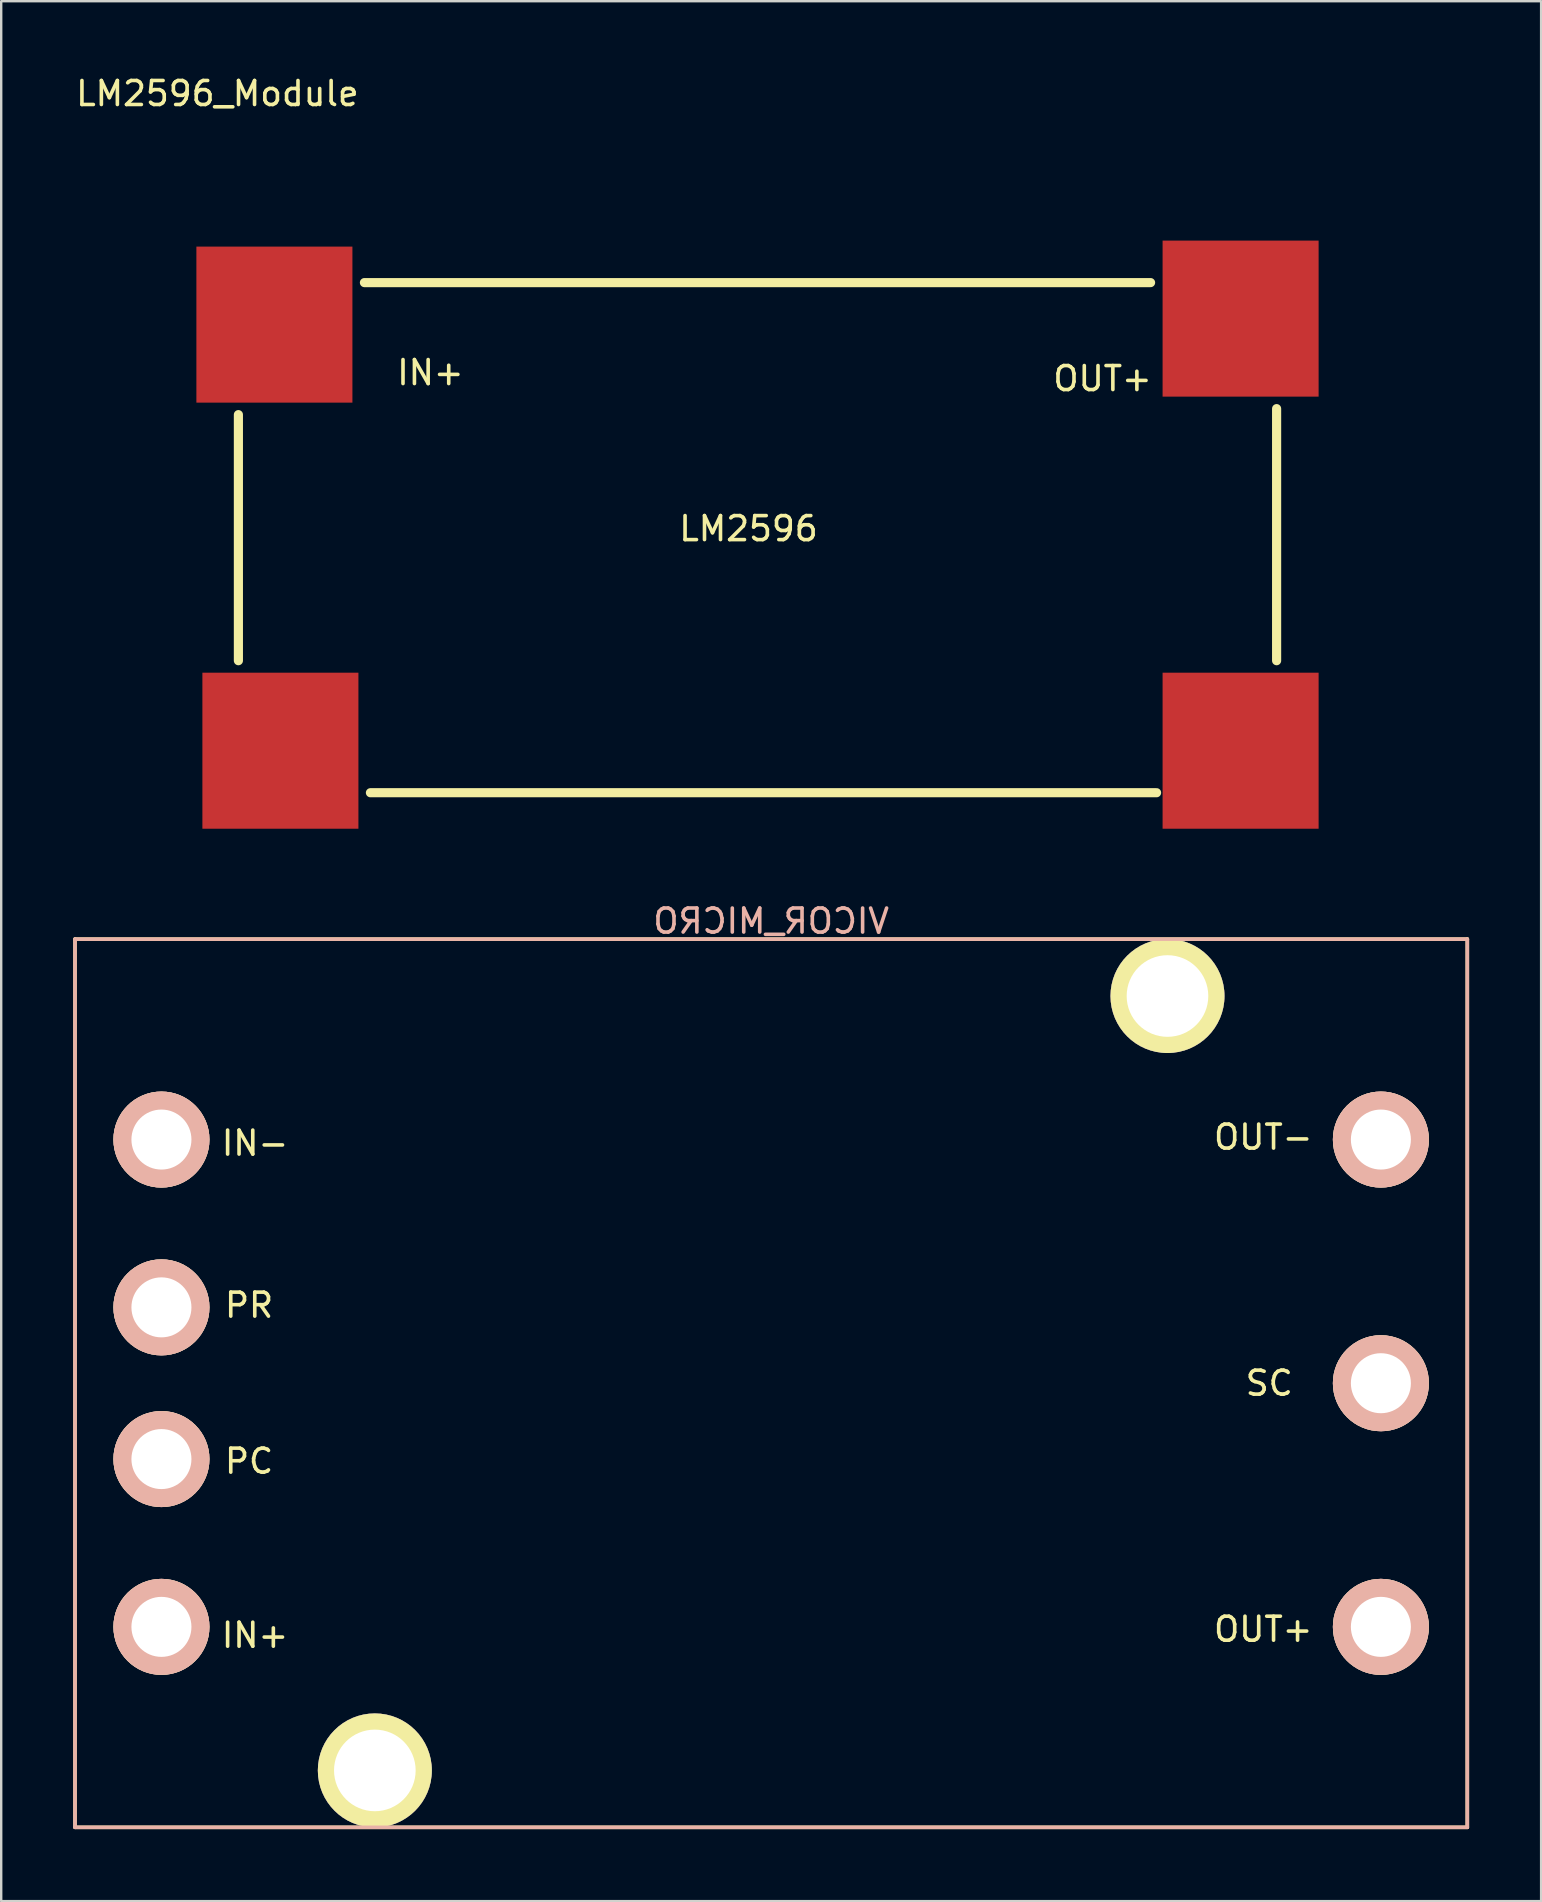
<source format=kicad_pcb>
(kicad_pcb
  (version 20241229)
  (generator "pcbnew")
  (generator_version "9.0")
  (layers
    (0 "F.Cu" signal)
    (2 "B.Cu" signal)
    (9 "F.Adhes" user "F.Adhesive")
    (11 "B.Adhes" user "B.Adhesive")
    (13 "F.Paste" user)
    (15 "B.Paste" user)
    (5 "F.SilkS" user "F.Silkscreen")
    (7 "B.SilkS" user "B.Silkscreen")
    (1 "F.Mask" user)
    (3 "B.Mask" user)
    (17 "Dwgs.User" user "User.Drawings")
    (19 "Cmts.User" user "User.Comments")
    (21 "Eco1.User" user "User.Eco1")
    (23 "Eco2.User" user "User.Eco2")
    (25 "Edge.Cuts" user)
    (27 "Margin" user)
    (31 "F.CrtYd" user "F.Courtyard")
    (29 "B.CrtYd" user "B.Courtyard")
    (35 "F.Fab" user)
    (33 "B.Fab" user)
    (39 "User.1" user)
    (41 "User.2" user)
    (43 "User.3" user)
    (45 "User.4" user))
  (footprint "VICOR_MICRO"
    (layer "F.Cu")
    (at 29.075 54.572)
    (property "Reference" "VICOR_MICRO" (at 0 -19.25 0) (layer "B.SilkS") (effects (font (size 1 1) (thickness 0.15)) (justify mirror)))
    (attr through_hole)
    (fp_line (start -29 -18.5) (end 29 -18.5) (stroke (width 0.15) (type solid)) (layer "F.SilkS"))
    (fp_line (start -29 18.5) (end -29 -18.5) (stroke (width 0.15) (type solid)) (layer "F.SilkS"))
    (fp_line (start 29 -18.5) (end 29 18.5) (stroke (width 0.15) (type solid)) (layer "F.SilkS"))
    (fp_line (start 29 18.5) (end -29 18.5) (stroke (width 0.15) (type solid)) (layer "F.SilkS"))
    (fp_line (start -29 18.5) (end -29 -18.5) (stroke (width 0.15) (type solid)) (layer "B.SilkS"))
    (fp_line (start 29 -18.5) (end -29 -18.5) (stroke (width 0.15) (type solid)) (layer "B.SilkS"))
    (fp_line (start 29 18.5) (end -29 18.5) (stroke (width 0.15) (type solid)) (layer "B.SilkS"))
    (fp_line (start 29 18.5) (end 29 -18.5) (stroke (width 0.15) (type solid)) (layer "B.SilkS"))
    (fp_text user "SC" (at 20.75 0 0) (layer "F.SilkS") (effects (font (size 1 1) (thickness 0.15))))
    (fp_text user "IN+" (at -21.5 10.5 0) (layer "F.SilkS") (effects (font (size 1 1) (thickness 0.15))))
    (fp_text user "OUT+" (at 20.5 10.25 0) (layer "F.SilkS") (effects (font (size 1 1) (thickness 0.15))))
    (fp_text user "OUT-" (at 20.5 -10.25 0) (layer "F.SilkS") (effects (font (size 1 1) (thickness 0.15))))
    (fp_text user "IN-" (at -21.5 -10 0) (layer "F.SilkS") (effects (font (size 1 1) (thickness 0.15))))
    (fp_text user "PR" (at -21.75 -3.25 0) (layer "F.SilkS") (effects (font (size 1 1) (thickness 0.15))))
    (fp_text user "PC" (at -21.75 3.25 0) (layer "F.SilkS") (effects (font (size 1 1) (thickness 0.15))))
    (pad "1" thru_hole circle (at -25.4 10.15 90) (size 4 4) (drill 2.5) (layers "*.Cu" "*.SilkS" "*.Mask"))
    (pad "2" thru_hole circle (at -25.4 3.16 90) (size 4 4) (drill 2.5) (layers "*.Cu" "*.SilkS" "*.Mask"))
    (pad "3" thru_hole circle (at -25.4 -3.16 90) (size 4 4) (drill 2.5) (layers "*.Cu" "*.SilkS" "*.Mask"))
    (pad "4" thru_hole circle (at -25.4 -10.15 90) (size 4 4) (drill 2.5) (layers "*.Cu" "*.SilkS" "*.Mask"))
    (pad "5" thru_hole circle (at 25.4 -10.15 90) (size 4 4) (drill 2.5) (layers "*.Cu" "*.SilkS" "*.Mask"))
    (pad "6" thru_hole circle (at 25.4 0 90) (size 4 4) (drill 2.5) (layers "*.Cu" "*.SilkS" "*.Mask"))
    (pad "7" thru_hole circle (at 25.4 10.15 90) (size 4 4) (drill 2.5) (layers "*.Cu" "*.SilkS" "*.Mask"))
    (pad "8" thru_hole circle (at -16.51 16.13) (size 4.75 4.75) (drill 3.4) (layers "*.Cu" "*.Mask" "F.SilkS"))
    (pad "8" thru_hole circle (at 16.51 -16.13) (size 4.75 4.75) (drill 3.4) (layers "*.Cu" "*.Mask" "F.SilkS")))
  (footprint "LM2596_Module"
    (layer "F.Cu")
    (at 6.881 8.723)
    (property "Reference" "LM2596_Module" (at -0.875 -7.875 0) (layer "F.SilkS") (effects (font (size 1 1) (thickness 0.15))))
    (attr through_hole)
    (fp_line (start 0 15.75) (end 0 5.5) (stroke (width 0.381) (type solid)) (layer "F.SilkS"))
    (fp_line (start 5.25 0) (end 38 0) (stroke (width 0.381) (type solid)) (layer "F.SilkS"))
    (fp_line (start 38.25 21.25) (end 5.5 21.25) (stroke (width 0.381) (type solid)) (layer "F.SilkS"))
    (fp_line (start 43.25 5.25) (end 43.25 15.75) (stroke (width 0.381) (type solid)) (layer "F.SilkS"))
    (fp_text user "OUT+" (at 36 4 0) (layer "F.SilkS") (effects (font (size 1 1) (thickness 0.15))))
    (fp_text user "LM2596" (at 21.25 10.25 0) (layer "F.SilkS") (effects (font (size 1 1) (thickness 0.15))))
    (fp_text user "IN+" (at 8 3.75 0) (layer "F.SilkS") (effects (font (size 1 1) (thickness 0.15))))
    (pad "1" smd rect (at 1.5 1.75) (size 6.5 6.5) (layers "F.Cu" "F.Mask" "F.Paste"))
    (pad "2" smd rect (at 1.75 19.5) (size 6.5 6.5) (layers "F.Cu" "F.Mask" "F.Paste"))
    (pad "2" smd rect (at 41.75 19.5) (size 6.5 6.5) (layers "F.Cu" "F.Mask" "F.Paste"))
    (pad "3" smd rect (at 41.75 1.5) (size 6.5 6.5) (layers "F.Cu" "F.Mask" "F.Paste")))
  (gr_rect
    (start -3 -3)
    (end 61.15 76.147)
    (stroke (width 0.1) (type default))
    (fill no)
    (layer "Edge.Cuts")))
</source>
